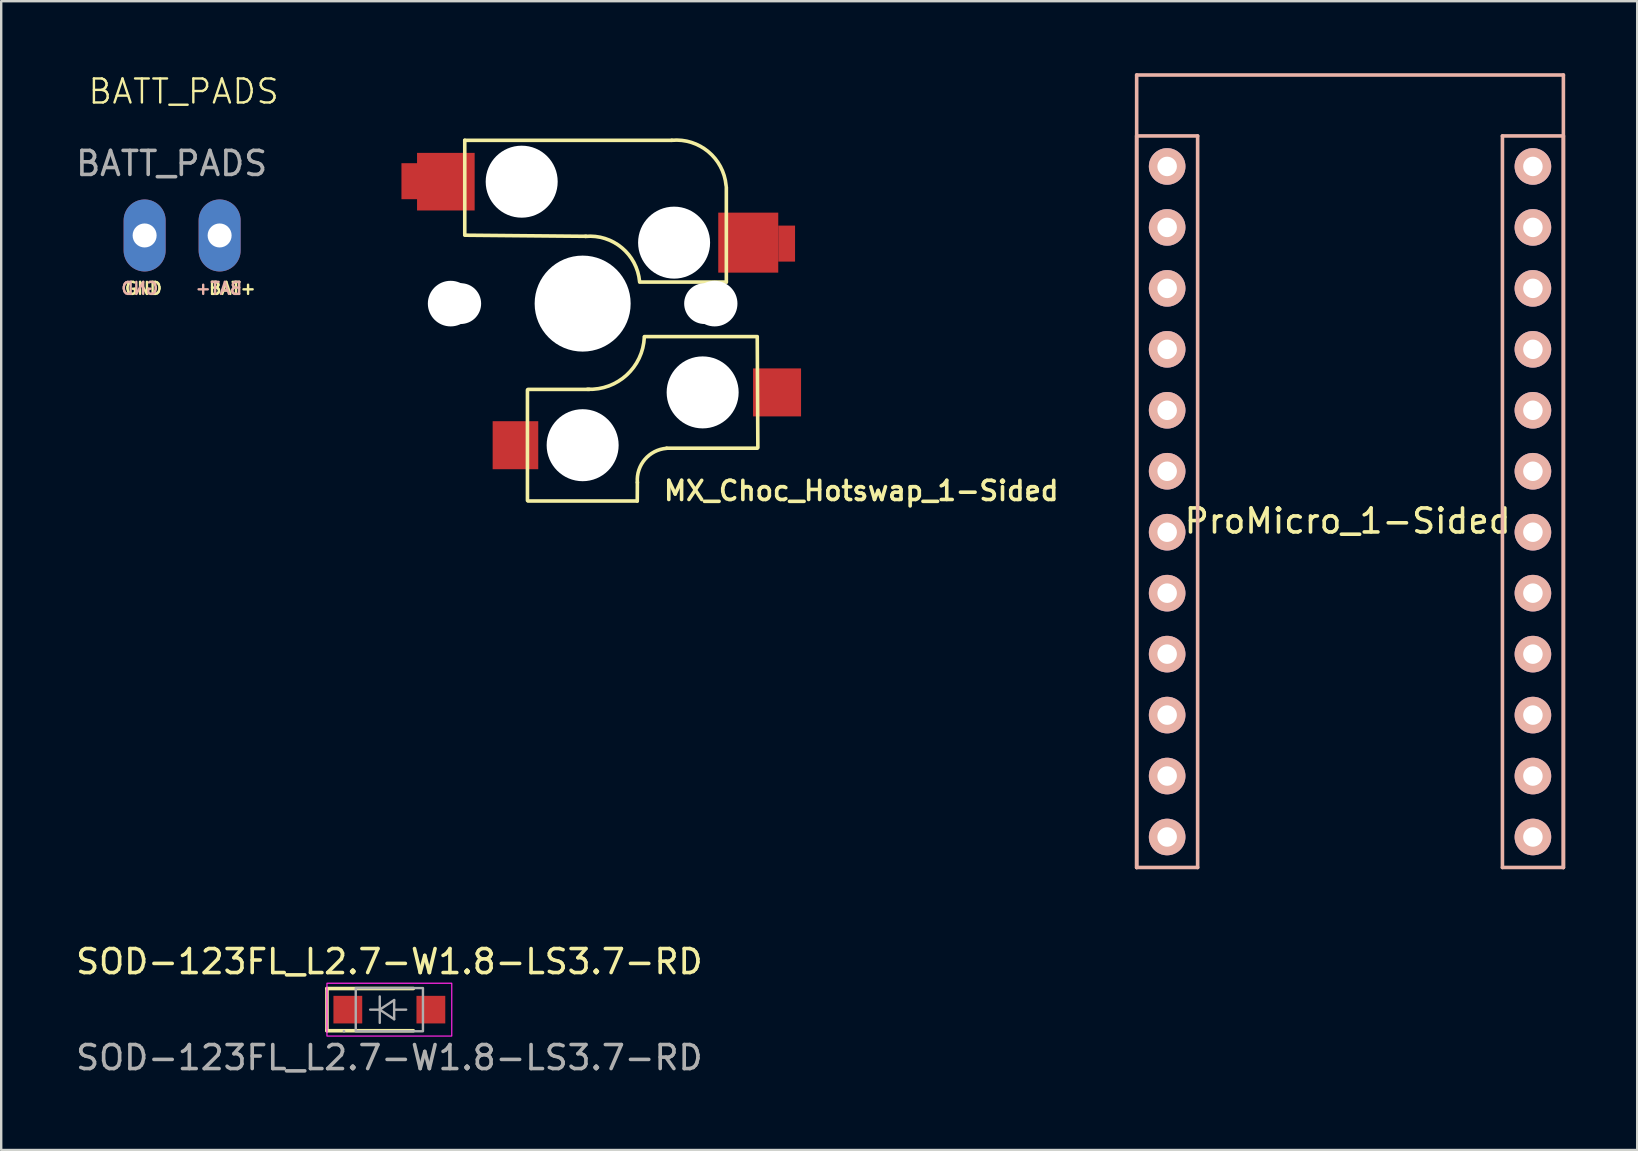
<source format=kicad_pcb>
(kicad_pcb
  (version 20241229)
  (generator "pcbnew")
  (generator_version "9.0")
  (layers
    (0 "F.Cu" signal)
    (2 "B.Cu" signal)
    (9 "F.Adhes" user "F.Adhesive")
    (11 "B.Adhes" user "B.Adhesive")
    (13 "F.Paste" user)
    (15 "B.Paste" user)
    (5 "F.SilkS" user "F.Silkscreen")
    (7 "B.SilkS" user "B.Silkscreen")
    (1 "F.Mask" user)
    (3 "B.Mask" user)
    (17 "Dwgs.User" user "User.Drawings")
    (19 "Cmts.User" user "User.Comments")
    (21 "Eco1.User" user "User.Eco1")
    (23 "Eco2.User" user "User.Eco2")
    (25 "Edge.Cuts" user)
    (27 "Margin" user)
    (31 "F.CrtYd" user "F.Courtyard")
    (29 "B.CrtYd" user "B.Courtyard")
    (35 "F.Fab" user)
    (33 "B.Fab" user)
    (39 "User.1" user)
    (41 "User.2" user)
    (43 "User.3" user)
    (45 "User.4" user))
  (footprint "SOD-123FL_L2.7-W1.8-LS3.7-RD"
    (layer "F.Cu")
    (at 13.173 39.018)
    (property "Reference" "SOD-123FL_L2.7-W1.8-LS3.7-RD" (at 0 -2 0) (layer "F.SilkS") (effects (font (size 1 1) (thickness 0.15))))
    (attr smd)
    (fp_line (start -2.6 -0.88) (end -2.6 0.88) (stroke (width 0.15) (type solid)) (layer "F.SilkS"))
    (fp_line (start -2.6 -0.88) (end 1 -0.88) (stroke (width 0.15) (type solid)) (layer "F.SilkS"))
    (fp_line (start -2.6 0.88) (end 1 0.88) (stroke (width 0.15) (type solid)) (layer "F.SilkS"))
    (fp_rect (start -2.6 -1.1) (end 2.6 1.1) (stroke (width 0.05) (type default)) (fill no) (layer "F.CrtYd"))
    (fp_line (start -0.8 0) (end -0.4 0) (stroke (width 0.1) (type solid)) (layer "F.Fab"))
    (fp_line (start -0.4 0) (end -0.4 -0.55) (stroke (width 0.1) (type solid)) (layer "F.Fab"))
    (fp_line (start -0.4 0) (end -0.4 0.55) (stroke (width 0.1) (type solid)) (layer "F.Fab"))
    (fp_line (start -0.4 0) (end 0.2 -0.4) (stroke (width 0.1) (type solid)) (layer "F.Fab"))
    (fp_line (start 0.2 -0.4) (end 0.2 0.4) (stroke (width 0.1) (type solid)) (layer "F.Fab"))
    (fp_line (start 0.2 0) (end 0.7 0) (stroke (width 0.1) (type solid)) (layer "F.Fab"))
    (fp_line (start 0.2 0.4) (end -0.4 0) (stroke (width 0.1) (type solid)) (layer "F.Fab"))
    (fp_rect (start -1.4 -0.9) (end 1.4 0.9) (stroke (width 0.1) (type default)) (fill no) (layer "F.Fab"))
    (fp_circle (center -1.89 0.9) (end -1.86 0.9) (stroke (width 0.06) (type solid)) (fill no) (layer "F.Fab"))
    (fp_text user "${REFERENCE}" (at 0 2 0) (layer "F.Fab") (effects (font (size 1 1) (thickness 0.15))))
    (pad "1" smd rect (at -1.73 0) (size 1.2 1.15) (layers "F.Cu" "F.Mask" "F.Paste"))
    (pad "2" smd rect (at 1.73 0) (size 1.2 1.15) (layers "F.Cu" "F.Mask" "F.Paste")))
  (footprint "BATT_PADS"
    (layer "F.Cu")
    (at 4.601 6.761)
    (property "Reference" "BATT_PADS" (at 0 -6 0) (unlocked yes) (layer "F.SilkS") (effects (font (size 1 1) (thickness 0.1))))
    (attr smd)
    (fp_text user "GND" (at -2.5 2.5 0) (unlocked yes) (layer "F.SilkS") (effects (font (size 0.5 0.5) (thickness 0.1)) (justify left bottom)))
    (fp_text user "BAT+" (at 1 2.5 0) (unlocked yes) (layer "F.SilkS") (effects (font (size 0.5 0.5) (thickness 0.1)) (justify left bottom)))
    (fp_text user "GND" (at -1 2.5 0) (unlocked yes) (layer "B.SilkS") (effects (font (size 0.5 0.5) (thickness 0.1)) (justify left bottom mirror)))
    (fp_text user "BAT+" (at 2.5 2.5 0) (unlocked yes) (layer "B.SilkS") (effects (font (size 0.5 0.5) (thickness 0.1)) (justify left bottom mirror)))
    (fp_text user "${REFERENCE}" (at -0.5 -3 0) (unlocked yes) (layer "F.Fab") (effects (font (size 1 1) (thickness 0.15))))
    (pad "1" thru_hole oval (at -1.625 0) (size 1.75 3) (drill 1) (layers "*.Cu" "*.Mask"))
    (pad "2" thru_hole oval (at 1.5 0) (size 1.75 3) (drill 1) (layers "*.Cu" "*.Mask")))
  (footprint "MX_Choc_Hotswap_1-Sided"
    (layer "F.Cu")
    (at 21.227 9.6)
    (property "Reference" "MX_Choc_Hotswap_1-Sided" (at 3.3 7.8 0) (layer "F.SilkS") (effects (font (size 0.8 0.8) (thickness 0.15)) (justify left)))
    (attr smd)
    (fp_line (start -4.912 -6.804) (end 3.712 -6.804) (stroke (width 0.15) (type solid)) (layer "F.SilkS"))
    (fp_line (start -4.912 -2.896) (end -4.912 -6.804) (stroke (width 0.15) (type solid)) (layer "F.SilkS"))
    (fp_line (start -4.912 -2.85) (end 0.138 -2.804) (stroke (width 0.15) (type solid)) (layer "F.SilkS"))
    (fp_line (start -2.3 3.6) (end -2.3 8.2) (stroke (width 0.15) (type solid)) (layer "F.SilkS"))
    (fp_line (start -2.275 3.575) (end 0.275 3.575) (stroke (width 0.15) (type solid)) (layer "F.SilkS"))
    (fp_line (start -2.275 8.225) (end 2.275 8.225) (stroke (width 0.15) (type solid)) (layer "F.SilkS"))
    (fp_line (start 2.28 7.45) (end 2.275 8.225) (stroke (width 0.15) (type solid)) (layer "F.SilkS"))
    (fp_line (start 2.575 1.375) (end 7.275 1.375) (stroke (width 0.15) (type solid)) (layer "F.SilkS"))
    (fp_line (start 3.5 6.025) (end 7.275 6.025) (stroke (width 0.15) (type solid)) (layer "F.SilkS"))
    (fp_line (start 5.987 -4.85) (end 5.987 -0.905) (stroke (width 0.15) (type solid)) (layer "F.SilkS"))
    (fp_line (start 5.987 -0.896) (end 2.377 -0.896) (stroke (width 0.15) (type solid)) (layer "F.SilkS"))
    (fp_line (start 7.275 1.4) (end 7.3 6) (stroke (width 0.15) (type solid)) (layer "F.SilkS"))
    (fp_arc (start 0.1125 -2.8) (mid 1.63186 -2.328062) (end 2.372499 -0.920001) (stroke (width 0.15) (type solid)) (layer "F.SilkS"))
    (fp_arc (start 2.28 7.45) (mid 2.595908 6.48733) (end 3.5 6.03) (stroke (width 0.15) (type solid)) (layer "F.SilkS"))
    (fp_arc (start 2.57 1.4) (mid 1.834422 2.975843) (end 0.2 3.57) (stroke (width 0.15) (type solid)) (layer "F.SilkS"))
    (fp_arc (start 3.7125 -6.804) (mid 5.234689 -6.33089) (end 5.9765 -4.92) (stroke (width 0.15) (type solid)) (layer "F.SilkS"))
    (fp_line (start -9.525 -9.525) (end 9.525 -9.525) (stroke (width 0.15) (type solid)) (layer "Eco2.User"))
    (fp_line (start -9.525 9.525) (end -9.525 -9.525) (stroke (width 0.15) (type solid)) (layer "Eco2.User"))
    (fp_line (start -7.8 -7.8) (end 7.8 -7.8) (stroke (width 0.15) (type solid)) (layer "Eco2.User"))
    (fp_line (start -7.8 7.8) (end -7.8 -7.8) (stroke (width 0.15) (type solid)) (layer "Eco2.User"))
    (fp_line (start 7.8 -7.8) (end 7.8 7.8) (stroke (width 0.15) (type solid)) (layer "Eco2.User"))
    (fp_line (start 7.8 7.8) (end -7.8 7.8) (stroke (width 0.15) (type solid)) (layer "Eco2.User"))
    (fp_line (start 9.525 -9.525) (end 9.525 9.525) (stroke (width 0.15) (type solid)) (layer "Eco2.User"))
    (fp_line (start 9.525 9.525) (end -9.525 9.525) (stroke (width 0.15) (type solid)) (layer "Eco2.User"))
    (pad "" np_thru_hole circle (at -5.5 0 90) (size 1.9 1.9) (drill 1.9) (layers "*.Cu" "*.Mask"))
    (pad "" np_thru_hole circle (at -5.08 0) (size 1.7 1.7) (drill 1.7) (layers "*.Cu" "*.Mask"))
    (pad "" np_thru_hole circle (at -2.54 -5.08 180) (size 3 3) (drill 3) (layers "*.Cu" "*.Mask"))
    (pad "" np_thru_hole circle (at 0 0 90) (size 4 4) (drill 4) (layers "*.Cu" "*.Mask"))
    (pad "" np_thru_hole circle (at 0 5.9 90) (size 3 3) (drill 3) (layers "*.Cu" "*.Mask"))
    (pad "" np_thru_hole circle (at 3.81 -2.54 180) (size 3 3) (drill 3) (layers "*.Cu" "*.Mask"))
    (pad "" np_thru_hole circle (at 5 3.7 90) (size 3 3) (drill 3) (layers "*.Cu" "*.Mask"))
    (pad "" np_thru_hole circle (at 5.08 0) (size 1.7 1.7) (drill 1.7) (layers "*.Cu" "*.Mask"))
    (pad "" np_thru_hole circle (at 5.5 0 90) (size 1.9 1.9) (drill 1.9) (layers "*.Cu" "*.Mask"))
    (pad "1" smd rect (at 6.9 -2.54 180) (size 2.5 2.5) (layers "F.Cu" "F.Mask" "F.Paste"))
    (pad "1" smd rect (at 8.1 3.7 180) (size 2 2) (layers "F.Cu" "F.Mask" "F.Paste"))
    (pad "1" smd rect (at 8.5 -2.5) (size 0.7 1.5) (layers "F.Cu" "F.Mask" "F.Paste"))
    (pad "2" smd rect (at -7.2 -5.1) (size 0.7 1.5) (layers "F.Cu" "F.Mask" "F.Paste"))
    (pad "2" smd rect (at -5.7 -5.08 180) (size 2.4 2.4) (layers "F.Cu" "F.Mask" "F.Paste"))
    (pad "2" smd rect (at -2.8 5.9 180) (size 1.9 2) (layers "F.Cu" "F.Mask" "F.Paste")))
  (footprint "ProMicro_1-Sided"
    (layer "F.Cu")
    (at 53.201 17.855)
    (property "Reference" "ProMicro_1-Sided" (at -0.099 0.804 0) (layer "F.SilkS") (effects (font (size 1 1) (thickness 0.15))))
    (attr through_hole)
    (fp_line (start -8.89 -17.78) (end -8.89 15.24) (stroke (width 0.15) (type solid)) (layer "B.SilkS"))
    (fp_line (start -8.89 -15.24) (end -8.89 15.24) (stroke (width 0.15) (type solid)) (layer "B.SilkS"))
    (fp_line (start -8.89 15.24) (end -6.35 15.24) (stroke (width 0.15) (type solid)) (layer "B.SilkS"))
    (fp_line (start -6.35 -15.24) (end -8.89 -15.24) (stroke (width 0.15) (type solid)) (layer "B.SilkS"))
    (fp_line (start -6.35 15.24) (end -6.35 -15.24) (stroke (width 0.15) (type solid)) (layer "B.SilkS"))
    (fp_line (start 6.35 -15.24) (end 6.35 15.24) (stroke (width 0.15) (type solid)) (layer "B.SilkS"))
    (fp_line (start 6.35 15.24) (end 8.89 15.24) (stroke (width 0.15) (type solid)) (layer "B.SilkS"))
    (fp_line (start 8.89 -17.78) (end -8.89 -17.78) (stroke (width 0.15) (type solid)) (layer "B.SilkS"))
    (fp_line (start 8.89 -15.24) (end 6.35 -15.24) (stroke (width 0.15) (type solid)) (layer "B.SilkS"))
    (fp_line (start 8.89 15.24) (end 8.89 -17.78) (stroke (width 0.15) (type solid)) (layer "B.SilkS"))
    (fp_line (start 8.89 15.24) (end 8.89 -15.24) (stroke (width 0.15) (type solid)) (layer "B.SilkS"))
    (pad "1" thru_hole circle (at 7.62 -13.97 180) (size 1.524 1.524) (drill 0.813) (layers "*.Cu" "*.Mask" "B.SilkS"))
    (pad "2" thru_hole circle (at 7.62 -11.43 180) (size 1.524 1.524) (drill 0.813) (layers "*.Cu" "*.Mask" "B.SilkS"))
    (pad "3" thru_hole circle (at 7.62 -8.89 180) (size 1.524 1.524) (drill 0.813) (layers "*.Cu" "*.Mask" "B.SilkS"))
    (pad "4" thru_hole circle (at 7.62 -6.35 180) (size 1.524 1.524) (drill 0.813) (layers "*.Cu" "*.Mask" "B.SilkS"))
    (pad "5" thru_hole circle (at 7.62 -3.81 180) (size 1.524 1.524) (drill 0.813) (layers "*.Cu" "*.Mask" "B.SilkS"))
    (pad "6" thru_hole circle (at 7.62 -1.27 180) (size 1.524 1.524) (drill 0.813) (layers "*.Cu" "*.Mask" "B.SilkS"))
    (pad "7" thru_hole circle (at 7.62 1.27 180) (size 1.524 1.524) (drill 0.813) (layers "*.Cu" "*.Mask" "B.SilkS"))
    (pad "8" thru_hole circle (at 7.62 3.81 180) (size 1.524 1.524) (drill 0.813) (layers "*.Cu" "*.Mask" "B.SilkS"))
    (pad "9" thru_hole circle (at 7.62 6.35 180) (size 1.524 1.524) (drill 0.813) (layers "*.Cu" "*.Mask" "B.SilkS"))
    (pad "10" thru_hole circle (at 7.62 8.89 180) (size 1.524 1.524) (drill 0.813) (layers "*.Cu" "*.Mask" "B.SilkS"))
    (pad "11" thru_hole circle (at 7.62 11.43 180) (size 1.524 1.524) (drill 0.813) (layers "*.Cu" "*.Mask" "B.SilkS"))
    (pad "12" thru_hole circle (at 7.62 13.97 180) (size 1.524 1.524) (drill 0.813) (layers "*.Cu" "*.Mask" "B.SilkS"))
    (pad "13" thru_hole circle (at -7.62 13.97 180) (size 1.524 1.524) (drill 0.813) (layers "*.Cu" "*.Mask" "B.SilkS"))
    (pad "14" thru_hole circle (at -7.62 11.43 180) (size 1.524 1.524) (drill 0.813) (layers "*.Cu" "*.Mask" "B.SilkS"))
    (pad "15.1" thru_hole circle (at -7.62 8.89 180) (size 1.524 1.524) (drill 0.813) (layers "*.Cu" "*.Mask" "B.SilkS"))
    (pad "16" thru_hole circle (at -7.62 6.35 180) (size 1.524 1.524) (drill 0.813) (layers "*.Cu" "*.Mask" "B.SilkS"))
    (pad "17" thru_hole circle (at -7.62 3.81 180) (size 1.524 1.524) (drill 0.813) (layers "*.Cu" "*.Mask" "B.SilkS"))
    (pad "18" thru_hole circle (at -7.62 1.27 180) (size 1.524 1.524) (drill 0.813) (layers "*.Cu" "*.Mask" "B.SilkS"))
    (pad "19" thru_hole circle (at -7.62 -1.27 180) (size 1.524 1.524) (drill 0.813) (layers "*.Cu" "*.Mask" "B.SilkS"))
    (pad "20" thru_hole circle (at -7.62 -3.81 180) (size 1.524 1.524) (drill 0.813) (layers "*.Cu" "*.Mask" "B.SilkS"))
    (pad "21" thru_hole circle (at -7.62 -6.35 180) (size 1.524 1.524) (drill 0.813) (layers "*.Cu" "*.Mask" "B.SilkS"))
    (pad "22" thru_hole circle (at -7.62 -8.89 180) (size 1.524 1.524) (drill 0.813) (layers "*.Cu" "*.Mask" "B.SilkS"))
    (pad "23" thru_hole circle (at -7.62 -11.43 180) (size 1.524 1.524) (drill 0.813) (layers "*.Cu" "*.Mask" "B.SilkS"))
    (pad "24" thru_hole circle (at -7.62 -13.97 180) (size 1.524 1.524) (drill 0.813) (layers "*.Cu" "*.Mask" "B.SilkS")))
  (gr_rect
    (start -3 -3)
    (end 65.166 44.867)
    (stroke (width 0.1) (type default))
    (fill no)
    (layer "Edge.Cuts")))
</source>
